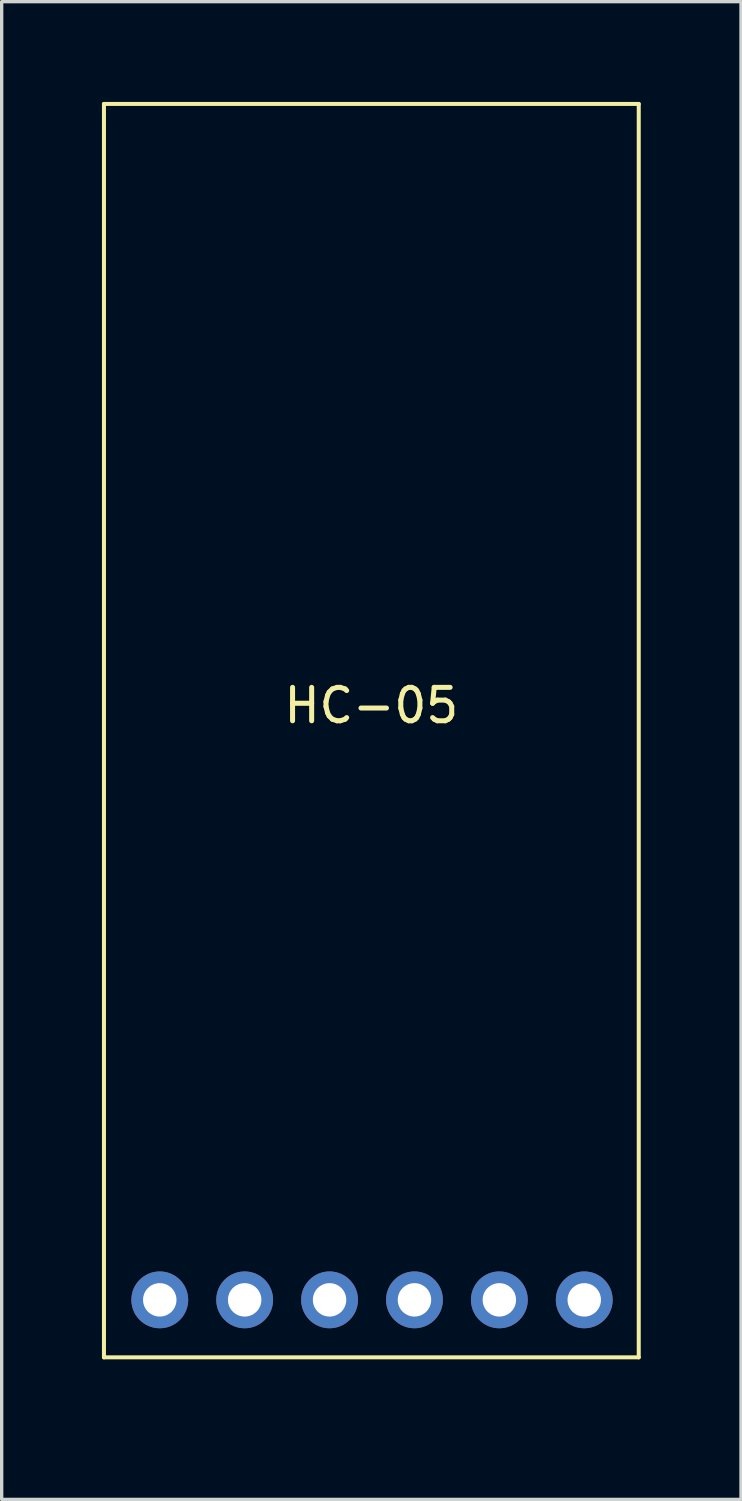
<source format=kicad_pcb>
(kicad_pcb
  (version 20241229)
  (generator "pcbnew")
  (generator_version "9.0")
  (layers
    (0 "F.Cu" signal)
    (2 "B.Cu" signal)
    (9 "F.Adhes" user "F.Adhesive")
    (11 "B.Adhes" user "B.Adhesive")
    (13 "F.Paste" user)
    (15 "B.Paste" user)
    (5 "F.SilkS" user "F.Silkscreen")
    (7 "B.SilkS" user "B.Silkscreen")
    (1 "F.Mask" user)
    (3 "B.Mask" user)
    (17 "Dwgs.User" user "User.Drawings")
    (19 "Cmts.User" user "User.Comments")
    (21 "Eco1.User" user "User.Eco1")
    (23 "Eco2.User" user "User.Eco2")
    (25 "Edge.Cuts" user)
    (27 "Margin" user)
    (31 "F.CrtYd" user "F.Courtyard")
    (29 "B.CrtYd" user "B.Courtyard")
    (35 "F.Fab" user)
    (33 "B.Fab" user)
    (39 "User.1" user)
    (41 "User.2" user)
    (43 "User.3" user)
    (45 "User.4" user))
  (footprint "HC-05"
    (layer "F.Cu")
    (at 8.06 38.56)
    (property "Reference" "HC-05" (at 0 -20.5 0) (layer "F.SilkS") (effects (font (size 1 1) (thickness 0.15))))
    (attr through_hole)
    (fp_line (start -8 -38.5) (end -8 -1) (stroke (width 0.12) (type solid)) (layer "F.SilkS"))
    (fp_line (start -8 -1) (end 8 -1) (stroke (width 0.12) (type solid)) (layer "F.SilkS"))
    (fp_line (start 8 -38.5) (end -8 -38.5) (stroke (width 0.12) (type solid)) (layer "F.SilkS"))
    (fp_line (start 8 -1) (end 8 -38.5) (stroke (width 0.12) (type solid)) (layer "F.SilkS"))
    (pad "1" thru_hole circle (at 6.37 -2.72) (size 1.7 1.7) (drill 1) (layers "*.Cu" "*.Mask"))
    (pad "2" thru_hole circle (at 3.83 -2.72) (size 1.7 1.7) (drill 1) (layers "*.Cu" "*.Mask"))
    (pad "3" thru_hole circle (at 1.29 -2.72) (size 1.7 1.7) (drill 1) (layers "*.Cu" "*.Mask"))
    (pad "4" thru_hole circle (at -1.25 -2.72) (size 1.7 1.7) (drill 1) (layers "*.Cu" "*.Mask"))
    (pad "5" thru_hole circle (at -3.79 -2.72) (size 1.7 1.7) (drill 1) (layers "*.Cu" "*.Mask"))
    (pad "6" thru_hole circle (at -6.33 -2.72) (size 1.7 1.7) (drill 1) (layers "*.Cu" "*.Mask")))
  (gr_rect
    (start -3 -3)
    (end 19.12 41.81)
    (stroke (width 0.1) (type default))
    (fill no)
    (layer "Edge.Cuts")))
</source>
